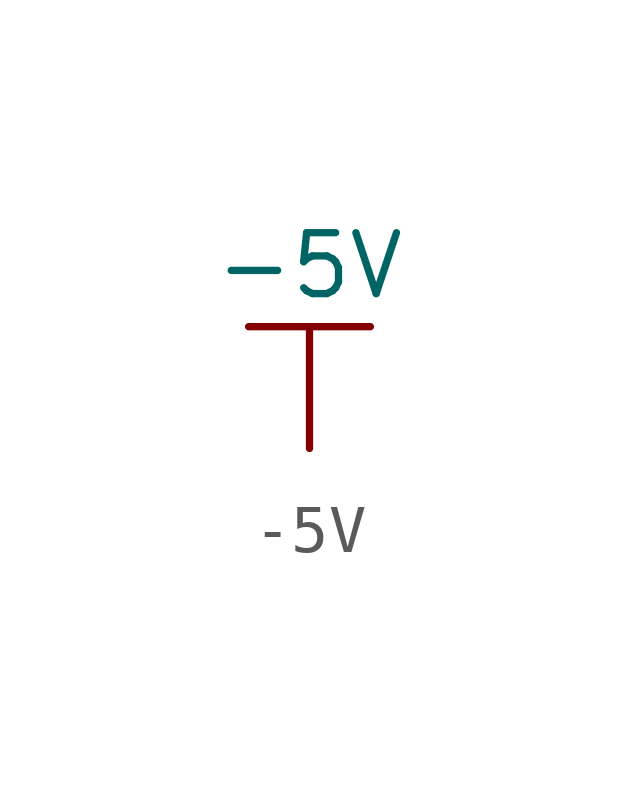
<source format=kicad_sym>
(kicad_symbol_lib
  (version 20220914)
  (generator kicad_symbol_editor)
  (symbol "-5V"
    (power)
    (pin_names
      (offset 0))
    (property "Reference" "#PWR"
      (at 0 2.54 0)
      (effects (font (size 1.27 1.27)) hide))
    (property "Value" "-5V"
      (at 0 3.81 0)
      (effects (font (size 1.27 1.27))))
    (symbol "-5V_0_0"
      (pin power_in line (at 0 0 90) (length 0) hide (name "-5V" (effects (font (size 1.27 1.27)))) (number "1" (effects (font (size 1.27 1.27))))))
    (symbol "-5V_0_1"
      (polyline (pts (xy -1.27 2.54) (xy 1.27 2.54)) (stroke (width 0) (type solid)) (fill (type none)))
      (polyline (pts (xy 0 0) (xy 0 2.54)) (stroke (width 0) (type solid)) (fill (type none))))))
</source>
